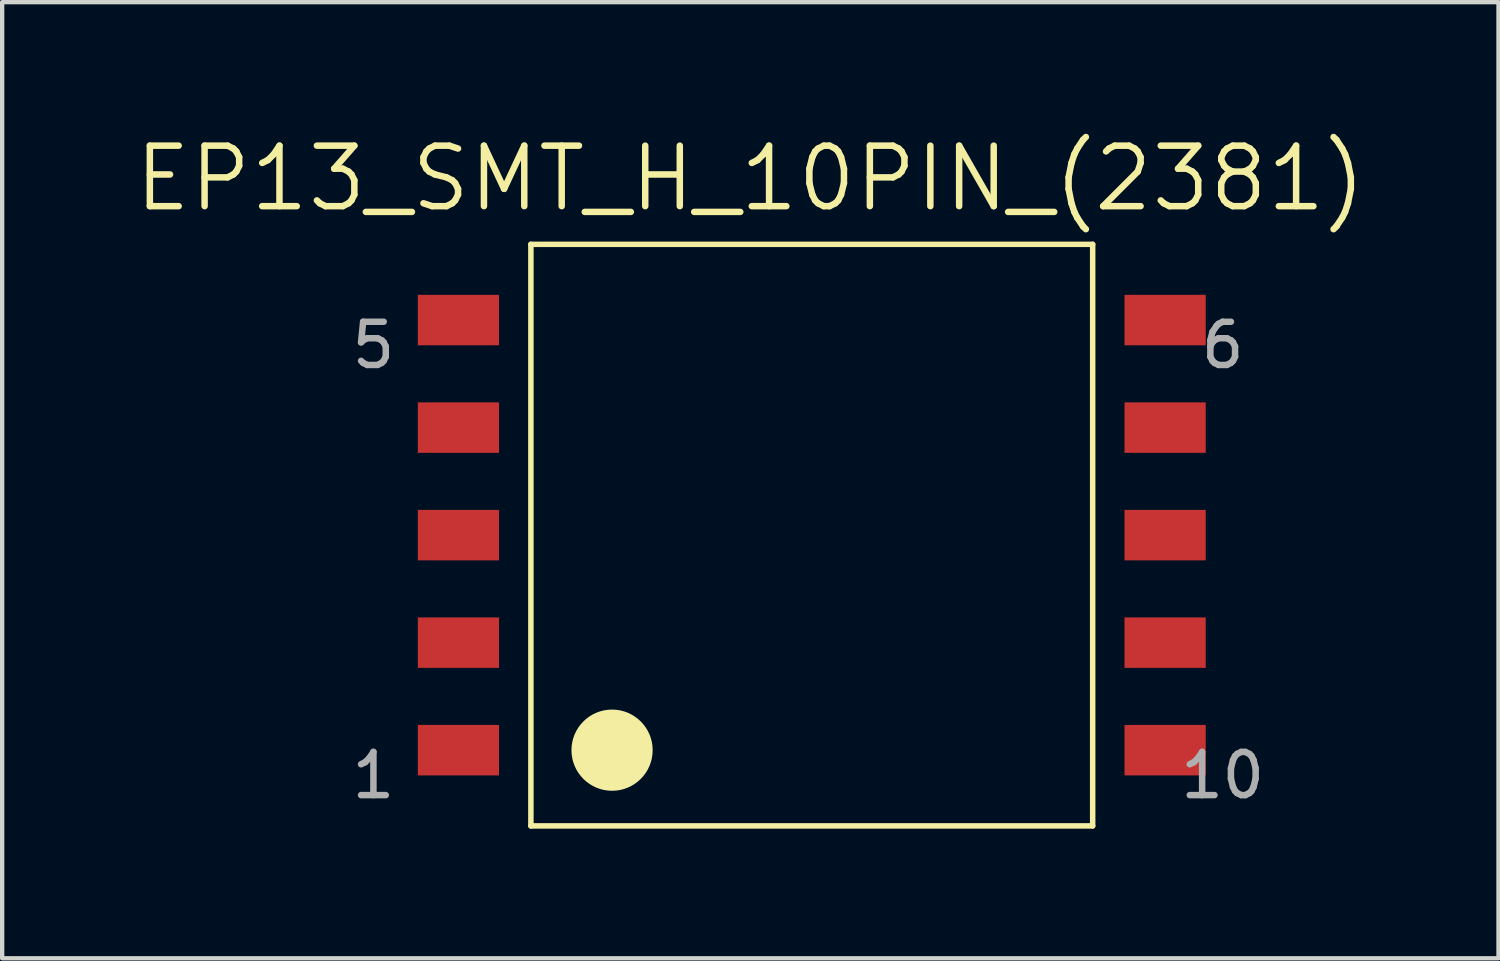
<source format=kicad_pcb>
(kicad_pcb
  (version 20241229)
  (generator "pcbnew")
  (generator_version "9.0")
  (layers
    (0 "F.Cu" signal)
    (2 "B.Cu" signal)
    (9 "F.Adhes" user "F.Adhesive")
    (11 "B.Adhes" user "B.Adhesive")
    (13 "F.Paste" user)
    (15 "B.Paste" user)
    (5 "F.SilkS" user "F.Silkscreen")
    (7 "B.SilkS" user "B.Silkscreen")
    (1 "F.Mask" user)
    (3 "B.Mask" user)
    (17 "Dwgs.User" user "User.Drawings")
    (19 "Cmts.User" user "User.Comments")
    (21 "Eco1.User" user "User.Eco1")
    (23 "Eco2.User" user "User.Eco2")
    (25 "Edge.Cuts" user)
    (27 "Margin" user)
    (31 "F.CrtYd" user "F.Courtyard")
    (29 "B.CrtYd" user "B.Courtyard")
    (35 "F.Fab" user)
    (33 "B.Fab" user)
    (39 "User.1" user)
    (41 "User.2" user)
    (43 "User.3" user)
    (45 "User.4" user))
  (footprint "EP13_SMT_H_10PIN_(2381)"
    (layer "F.Cu")
    (at 15.741 9.337)
    (property "Reference" "EP13_SMT_H_10PIN_(2381)" (at -1.422 -8.255 0) (layer "F.SilkS") (effects (font (size 1.4 1.4) (thickness 0.15))))
    (attr through_hole)
    (fp_line (start -6.502 -6.731) (end -6.502 6.731) (stroke (width 0.127) (type solid)) (layer "F.SilkS"))
    (fp_line (start -6.502 -6.731) (end 6.502 -6.731) (stroke (width 0.127) (type solid)) (layer "F.SilkS"))
    (fp_line (start -6.502 6.731) (end 6.502 6.731) (stroke (width 0.127) (type solid)) (layer "F.SilkS"))
    (fp_line (start 6.502 -6.731) (end 6.502 6.731) (stroke (width 0.127) (type solid)) (layer "F.SilkS"))
    (fp_circle (center -4.623 4.978) (end -3.683 4.978) (stroke (width 0) (type solid)) (fill yes) (layer "F.SilkS"))
    (fp_text user "10" (at 9.512 5.563 0) (layer "F.Fab") (effects (font (size 1 1) (thickness 0.15))))
    (fp_text user "6" (at 9.512 -4.394 0) (layer "F.Fab") (effects (font (size 1 1) (thickness 0.15))))
    (fp_text user "1" (at -10.147 5.563 0) (layer "F.Fab") (effects (font (size 1 1) (thickness 0.15))))
    (fp_text user "5" (at -10.147 -4.394 0) (layer "F.Fab") (effects (font (size 1 1) (thickness 0.15))))
    (pad "1" smd rect (at -8.179 4.978) (size 1.88 1.168) (layers "F.Cu" "F.Mask" "F.Paste"))
    (pad "2" smd rect (at -8.179 2.489) (size 1.88 1.168) (layers "F.Cu" "F.Mask" "F.Paste"))
    (pad "3" smd rect (at -8.179 0) (size 1.88 1.168) (layers "F.Cu" "F.Mask" "F.Paste"))
    (pad "4" smd rect (at -8.179 -2.489) (size 1.88 1.168) (layers "F.Cu" "F.Mask" "F.Paste"))
    (pad "5" smd rect (at -8.179 -4.978) (size 1.88 1.168) (layers "F.Cu" "F.Mask" "F.Paste"))
    (pad "6" smd rect (at 8.179 -4.978) (size 1.88 1.168) (layers "F.Cu" "F.Mask" "F.Paste"))
    (pad "7" smd rect (at 8.179 -2.489) (size 1.88 1.168) (layers "F.Cu" "F.Mask" "F.Paste"))
    (pad "8" smd rect (at 8.179 0) (size 1.88 1.168) (layers "F.Cu" "F.Mask" "F.Paste"))
    (pad "9" smd rect (at 8.179 2.489) (size 1.88 1.168) (layers "F.Cu" "F.Mask" "F.Paste"))
    (pad "10" smd rect (at 8.179 4.978) (size 1.88 1.168) (layers "F.Cu" "F.Mask" "F.Paste")))
  (gr_rect
    (start -3 -3)
    (end 31.637 19.132)
    (stroke (width 0.1) (type default))
    (fill no)
    (layer "Edge.Cuts")))
</source>
